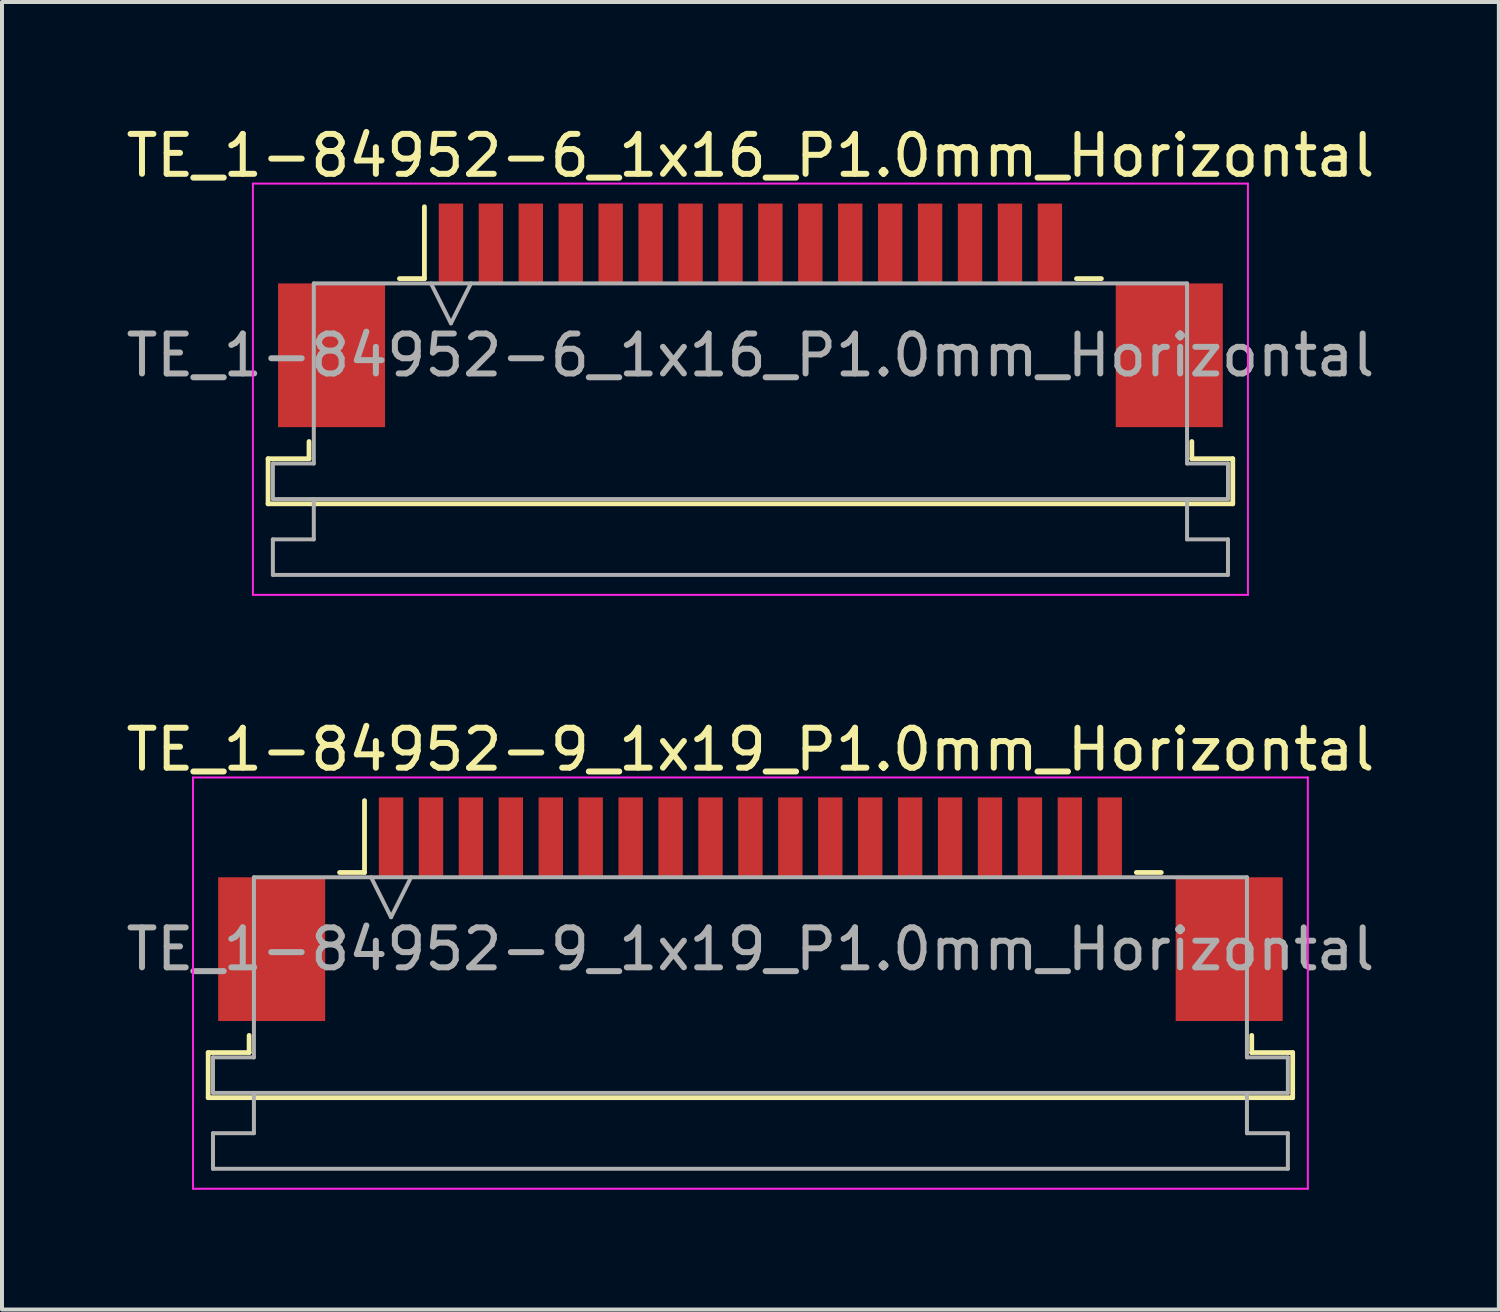
<source format=kicad_pcb>
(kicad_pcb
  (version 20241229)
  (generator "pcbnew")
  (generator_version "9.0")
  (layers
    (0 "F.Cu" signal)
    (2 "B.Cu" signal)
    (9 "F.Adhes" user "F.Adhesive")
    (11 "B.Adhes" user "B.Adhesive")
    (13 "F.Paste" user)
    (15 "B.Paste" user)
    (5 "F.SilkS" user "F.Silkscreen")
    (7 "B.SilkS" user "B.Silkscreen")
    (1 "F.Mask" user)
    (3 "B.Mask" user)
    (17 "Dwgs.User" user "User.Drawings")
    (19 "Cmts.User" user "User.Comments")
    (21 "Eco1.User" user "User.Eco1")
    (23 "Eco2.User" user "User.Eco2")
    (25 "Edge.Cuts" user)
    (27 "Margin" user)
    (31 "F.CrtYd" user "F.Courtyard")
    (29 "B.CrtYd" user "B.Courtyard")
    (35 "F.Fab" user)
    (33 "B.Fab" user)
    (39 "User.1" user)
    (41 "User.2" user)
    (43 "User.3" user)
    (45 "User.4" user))
  (footprint "TE_1-84952-9_1x19_P1.0mm_Horizontal"
    (layer "F.Cu")
    (at 15.744 19.721)
    (property "Reference" "TE_1-84952-9_1x19_P1.0mm_Horizontal" (at 0 -4 0) (layer "F.SilkS") (effects (font (size 1 1) (thickness 0.15))))
    (attr smd)
    (fp_line (start -13.58 3.59) (end -12.555 3.59) (stroke (width 0.12) (type solid)) (layer "F.SilkS"))
    (fp_line (start -13.58 4.72) (end -13.58 3.59) (stroke (width 0.12) (type solid)) (layer "F.SilkS"))
    (fp_line (start -12.555 3.59) (end -12.555 3.16) (stroke (width 0.12) (type solid)) (layer "F.SilkS"))
    (fp_line (start -10.29 -0.92) (end -9.665 -0.92) (stroke (width 0.12) (type solid)) (layer "F.SilkS"))
    (fp_line (start -9.665 -0.92) (end -9.665 -2.72) (stroke (width 0.12) (type solid)) (layer "F.SilkS"))
    (fp_line (start 9.665 -0.92) (end 10.29 -0.92) (stroke (width 0.12) (type solid)) (layer "F.SilkS"))
    (fp_line (start 12.555 3.16) (end 12.555 3.59) (stroke (width 0.12) (type solid)) (layer "F.SilkS"))
    (fp_line (start 12.555 3.59) (end 13.58 3.59) (stroke (width 0.12) (type solid)) (layer "F.SilkS"))
    (fp_line (start 13.58 3.59) (end 13.58 4.72) (stroke (width 0.12) (type solid)) (layer "F.SilkS"))
    (fp_line (start 13.58 4.72) (end -13.58 4.72) (stroke (width 0.12) (type solid)) (layer "F.SilkS"))
    (fp_line (start -13.96 -3.3) (end -13.96 7) (stroke (width 0.05) (type solid)) (layer "F.CrtYd"))
    (fp_line (start -13.96 7) (end 13.96 7) (stroke (width 0.05) (type solid)) (layer "F.CrtYd"))
    (fp_line (start 13.96 -3.3) (end -13.96 -3.3) (stroke (width 0.05) (type solid)) (layer "F.CrtYd"))
    (fp_line (start 13.96 7) (end 13.96 -3.3) (stroke (width 0.05) (type solid)) (layer "F.CrtYd"))
    (fp_line (start -13.46 3.71) (end -12.435 3.71) (stroke (width 0.1) (type solid)) (layer "F.Fab"))
    (fp_line (start -13.46 4.6) (end -13.46 3.71) (stroke (width 0.1) (type solid)) (layer "F.Fab"))
    (fp_line (start -13.46 5.61) (end -12.435 5.61) (stroke (width 0.1) (type solid)) (layer "F.Fab"))
    (fp_line (start -13.46 6.5) (end -13.46 5.61) (stroke (width 0.1) (type solid)) (layer "F.Fab"))
    (fp_line (start -12.435 -0.8) (end 12.435 -0.8) (stroke (width 0.1) (type solid)) (layer "F.Fab"))
    (fp_line (start -12.435 3.71) (end -12.435 -0.8) (stroke (width 0.1) (type solid)) (layer "F.Fab"))
    (fp_line (start -12.435 5.61) (end -12.435 4.6) (stroke (width 0.1) (type solid)) (layer "F.Fab"))
    (fp_line (start -9.5 -0.8) (end -9 0.2) (stroke (width 0.1) (type solid)) (layer "F.Fab"))
    (fp_line (start -9 0.2) (end -8.5 -0.8) (stroke (width 0.1) (type solid)) (layer "F.Fab"))
    (fp_line (start 12.435 -0.8) (end 12.435 3.71) (stroke (width 0.1) (type solid)) (layer "F.Fab"))
    (fp_line (start 12.435 3.71) (end 13.46 3.71) (stroke (width 0.1) (type solid)) (layer "F.Fab"))
    (fp_line (start 12.435 4.6) (end 12.435 5.61) (stroke (width 0.1) (type solid)) (layer "F.Fab"))
    (fp_line (start 12.435 5.61) (end 13.46 5.61) (stroke (width 0.1) (type solid)) (layer "F.Fab"))
    (fp_line (start 13.46 3.71) (end 13.46 4.6) (stroke (width 0.1) (type solid)) (layer "F.Fab"))
    (fp_line (start 13.46 4.6) (end -13.46 4.6) (stroke (width 0.1) (type solid)) (layer "F.Fab"))
    (fp_line (start 13.46 5.61) (end 13.46 6.5) (stroke (width 0.1) (type solid)) (layer "F.Fab"))
    (fp_line (start 13.46 6.5) (end -13.46 6.5) (stroke (width 0.1) (type solid)) (layer "F.Fab"))
    (fp_text user "${REFERENCE}" (at 0 1 0) (layer "F.Fab") (effects (font (size 1 1) (thickness 0.15))))
    (pad "" smd rect (at -11.99 1) (size 2.68 3.6) (layers "F.Cu" "F.Mask" "F.Paste"))
    (pad "" smd rect (at 11.99 1) (size 2.68 3.6) (layers "F.Cu" "F.Mask" "F.Paste"))
    (pad "1" smd rect (at -9 -1.8) (size 0.61 2) (layers "F.Cu" "F.Mask" "F.Paste"))
    (pad "2" smd rect (at -8 -1.8) (size 0.61 2) (layers "F.Cu" "F.Mask" "F.Paste"))
    (pad "3" smd rect (at -7 -1.8) (size 0.61 2) (layers "F.Cu" "F.Mask" "F.Paste"))
    (pad "4" smd rect (at -6 -1.8) (size 0.61 2) (layers "F.Cu" "F.Mask" "F.Paste"))
    (pad "5" smd rect (at -5 -1.8) (size 0.61 2) (layers "F.Cu" "F.Mask" "F.Paste"))
    (pad "6" smd rect (at -4 -1.8) (size 0.61 2) (layers "F.Cu" "F.Mask" "F.Paste"))
    (pad "7" smd rect (at -3 -1.8) (size 0.61 2) (layers "F.Cu" "F.Mask" "F.Paste"))
    (pad "8" smd rect (at -2 -1.8) (size 0.61 2) (layers "F.Cu" "F.Mask" "F.Paste"))
    (pad "9" smd rect (at -1 -1.8) (size 0.61 2) (layers "F.Cu" "F.Mask" "F.Paste"))
    (pad "10" smd rect (at 0 -1.8) (size 0.61 2) (layers "F.Cu" "F.Mask" "F.Paste"))
    (pad "11" smd rect (at 1 -1.8) (size 0.61 2) (layers "F.Cu" "F.Mask" "F.Paste"))
    (pad "12" smd rect (at 2 -1.8) (size 0.61 2) (layers "F.Cu" "F.Mask" "F.Paste"))
    (pad "13" smd rect (at 3 -1.8) (size 0.61 2) (layers "F.Cu" "F.Mask" "F.Paste"))
    (pad "14" smd rect (at 4 -1.8) (size 0.61 2) (layers "F.Cu" "F.Mask" "F.Paste"))
    (pad "15" smd rect (at 5 -1.8) (size 0.61 2) (layers "F.Cu" "F.Mask" "F.Paste"))
    (pad "16" smd rect (at 6 -1.8) (size 0.61 2) (layers "F.Cu" "F.Mask" "F.Paste"))
    (pad "17" smd rect (at 7 -1.8) (size 0.61 2) (layers "F.Cu" "F.Mask" "F.Paste"))
    (pad "18" smd rect (at 8 -1.8) (size 0.61 2) (layers "F.Cu" "F.Mask" "F.Paste"))
    (pad "19" smd rect (at 9 -1.8) (size 0.61 2) (layers "F.Cu" "F.Mask" "F.Paste")))
  (footprint "TE_1-84952-6_1x16_P1.0mm_Horizontal"
    (layer "F.Cu")
    (at 15.744 4.848)
    (property "Reference" "TE_1-84952-6_1x16_P1.0mm_Horizontal" (at 0 -4 0) (layer "F.SilkS") (effects (font (size 1 1) (thickness 0.15))))
    (attr smd)
    (fp_line (start -12.08 3.59) (end -11.055 3.59) (stroke (width 0.12) (type solid)) (layer "F.SilkS"))
    (fp_line (start -12.08 4.72) (end -12.08 3.59) (stroke (width 0.12) (type solid)) (layer "F.SilkS"))
    (fp_line (start -11.055 3.59) (end -11.055 3.16) (stroke (width 0.12) (type solid)) (layer "F.SilkS"))
    (fp_line (start -8.79 -0.92) (end -8.165 -0.92) (stroke (width 0.12) (type solid)) (layer "F.SilkS"))
    (fp_line (start -8.165 -0.92) (end -8.165 -2.72) (stroke (width 0.12) (type solid)) (layer "F.SilkS"))
    (fp_line (start 8.165 -0.92) (end 8.79 -0.92) (stroke (width 0.12) (type solid)) (layer "F.SilkS"))
    (fp_line (start 11.055 3.16) (end 11.055 3.59) (stroke (width 0.12) (type solid)) (layer "F.SilkS"))
    (fp_line (start 11.055 3.59) (end 12.08 3.59) (stroke (width 0.12) (type solid)) (layer "F.SilkS"))
    (fp_line (start 12.08 3.59) (end 12.08 4.72) (stroke (width 0.12) (type solid)) (layer "F.SilkS"))
    (fp_line (start 12.08 4.72) (end -12.08 4.72) (stroke (width 0.12) (type solid)) (layer "F.SilkS"))
    (fp_line (start -12.46 -3.3) (end -12.46 7) (stroke (width 0.05) (type solid)) (layer "F.CrtYd"))
    (fp_line (start -12.46 7) (end 12.46 7) (stroke (width 0.05) (type solid)) (layer "F.CrtYd"))
    (fp_line (start 12.46 -3.3) (end -12.46 -3.3) (stroke (width 0.05) (type solid)) (layer "F.CrtYd"))
    (fp_line (start 12.46 7) (end 12.46 -3.3) (stroke (width 0.05) (type solid)) (layer "F.CrtYd"))
    (fp_line (start -11.96 3.71) (end -10.935 3.71) (stroke (width 0.1) (type solid)) (layer "F.Fab"))
    (fp_line (start -11.96 4.6) (end -11.96 3.71) (stroke (width 0.1) (type solid)) (layer "F.Fab"))
    (fp_line (start -11.96 5.61) (end -10.935 5.61) (stroke (width 0.1) (type solid)) (layer "F.Fab"))
    (fp_line (start -11.96 6.5) (end -11.96 5.61) (stroke (width 0.1) (type solid)) (layer "F.Fab"))
    (fp_line (start -10.935 -0.8) (end 10.935 -0.8) (stroke (width 0.1) (type solid)) (layer "F.Fab"))
    (fp_line (start -10.935 3.71) (end -10.935 -0.8) (stroke (width 0.1) (type solid)) (layer "F.Fab"))
    (fp_line (start -10.935 5.61) (end -10.935 4.6) (stroke (width 0.1) (type solid)) (layer "F.Fab"))
    (fp_line (start -8 -0.8) (end -7.5 0.2) (stroke (width 0.1) (type solid)) (layer "F.Fab"))
    (fp_line (start -7.5 0.2) (end -7 -0.8) (stroke (width 0.1) (type solid)) (layer "F.Fab"))
    (fp_line (start 10.935 -0.8) (end 10.935 3.71) (stroke (width 0.1) (type solid)) (layer "F.Fab"))
    (fp_line (start 10.935 3.71) (end 11.96 3.71) (stroke (width 0.1) (type solid)) (layer "F.Fab"))
    (fp_line (start 10.935 4.6) (end 10.935 5.61) (stroke (width 0.1) (type solid)) (layer "F.Fab"))
    (fp_line (start 10.935 5.61) (end 11.96 5.61) (stroke (width 0.1) (type solid)) (layer "F.Fab"))
    (fp_line (start 11.96 3.71) (end 11.96 4.6) (stroke (width 0.1) (type solid)) (layer "F.Fab"))
    (fp_line (start 11.96 4.6) (end -11.96 4.6) (stroke (width 0.1) (type solid)) (layer "F.Fab"))
    (fp_line (start 11.96 5.61) (end 11.96 6.5) (stroke (width 0.1) (type solid)) (layer "F.Fab"))
    (fp_line (start 11.96 6.5) (end -11.96 6.5) (stroke (width 0.1) (type solid)) (layer "F.Fab"))
    (fp_text user "${REFERENCE}" (at 0 1 0) (layer "F.Fab") (effects (font (size 1 1) (thickness 0.15))))
    (pad "" smd rect (at -10.49 1) (size 2.68 3.6) (layers "F.Cu" "F.Mask" "F.Paste"))
    (pad "" smd rect (at 10.49 1) (size 2.68 3.6) (layers "F.Cu" "F.Mask" "F.Paste"))
    (pad "1" smd rect (at -7.5 -1.8) (size 0.61 2) (layers "F.Cu" "F.Mask" "F.Paste"))
    (pad "2" smd rect (at -6.5 -1.8) (size 0.61 2) (layers "F.Cu" "F.Mask" "F.Paste"))
    (pad "3" smd rect (at -5.5 -1.8) (size 0.61 2) (layers "F.Cu" "F.Mask" "F.Paste"))
    (pad "4" smd rect (at -4.5 -1.8) (size 0.61 2) (layers "F.Cu" "F.Mask" "F.Paste"))
    (pad "5" smd rect (at -3.5 -1.8) (size 0.61 2) (layers "F.Cu" "F.Mask" "F.Paste"))
    (pad "6" smd rect (at -2.5 -1.8) (size 0.61 2) (layers "F.Cu" "F.Mask" "F.Paste"))
    (pad "7" smd rect (at -1.5 -1.8) (size 0.61 2) (layers "F.Cu" "F.Mask" "F.Paste"))
    (pad "8" smd rect (at -0.5 -1.8) (size 0.61 2) (layers "F.Cu" "F.Mask" "F.Paste"))
    (pad "9" smd rect (at 0.5 -1.8) (size 0.61 2) (layers "F.Cu" "F.Mask" "F.Paste"))
    (pad "10" smd rect (at 1.5 -1.8) (size 0.61 2) (layers "F.Cu" "F.Mask" "F.Paste"))
    (pad "11" smd rect (at 2.5 -1.8) (size 0.61 2) (layers "F.Cu" "F.Mask" "F.Paste"))
    (pad "12" smd rect (at 3.5 -1.8) (size 0.61 2) (layers "F.Cu" "F.Mask" "F.Paste"))
    (pad "13" smd rect (at 4.5 -1.8) (size 0.61 2) (layers "F.Cu" "F.Mask" "F.Paste"))
    (pad "14" smd rect (at 5.5 -1.8) (size 0.61 2) (layers "F.Cu" "F.Mask" "F.Paste"))
    (pad "15" smd rect (at 6.5 -1.8) (size 0.61 2) (layers "F.Cu" "F.Mask" "F.Paste"))
    (pad "16" smd rect (at 7.5 -1.8) (size 0.61 2) (layers "F.Cu" "F.Mask" "F.Paste")))
  (gr_rect
    (start -3 -3)
    (end 34.488 29.747)
    (stroke (width 0.1) (type default))
    (fill no)
    (layer "Edge.Cuts")))
</source>
